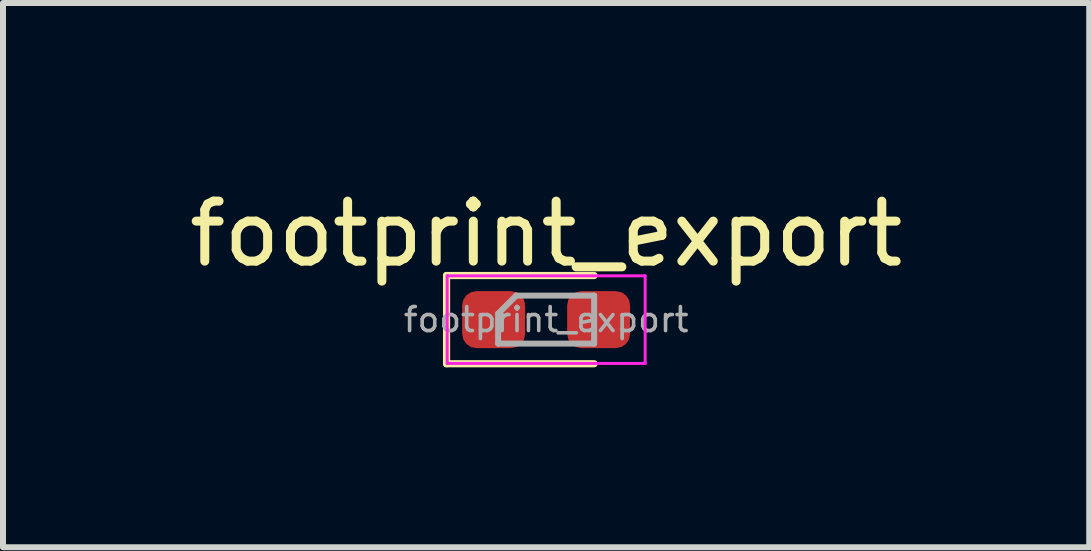
<source format=kicad_pcb>
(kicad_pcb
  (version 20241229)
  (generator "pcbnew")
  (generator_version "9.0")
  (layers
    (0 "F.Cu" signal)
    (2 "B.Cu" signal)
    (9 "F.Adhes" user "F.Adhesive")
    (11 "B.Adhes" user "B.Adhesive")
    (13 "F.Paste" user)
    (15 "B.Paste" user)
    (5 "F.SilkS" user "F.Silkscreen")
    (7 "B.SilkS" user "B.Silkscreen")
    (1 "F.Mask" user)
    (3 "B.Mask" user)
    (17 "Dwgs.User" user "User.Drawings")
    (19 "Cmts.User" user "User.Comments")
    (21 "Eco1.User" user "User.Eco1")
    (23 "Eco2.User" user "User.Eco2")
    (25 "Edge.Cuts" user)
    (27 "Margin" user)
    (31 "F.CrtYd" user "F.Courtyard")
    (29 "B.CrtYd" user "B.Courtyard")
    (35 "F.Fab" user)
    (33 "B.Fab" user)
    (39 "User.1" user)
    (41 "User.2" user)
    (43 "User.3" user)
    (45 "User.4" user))
  (footprint "footprint_export"
    (layer "F.Cu")
    (at 6.054 2.278)
    (property "Reference" "footprint_export" (at 0 -1.43 0) (layer "F.SilkS") (effects (font (size 1 1) (thickness 0.15))))
    (attr smd)
    (fp_line (start -1.66 -0.735) (end -1.66 0.735) (stroke (width 0.12) (type solid)) (layer "F.SilkS"))
    (fp_line (start -1.66 0.735) (end 0.8 0.735) (stroke (width 0.12) (type solid)) (layer "F.SilkS"))
    (fp_line (start 0.8 -0.735) (end -1.66 -0.735) (stroke (width 0.12) (type solid)) (layer "F.SilkS"))
    (fp_line (start -1.65 -0.73) (end 1.65 -0.73) (stroke (width 0.05) (type solid)) (layer "F.CrtYd"))
    (fp_line (start -1.65 0.73) (end -1.65 -0.73) (stroke (width 0.05) (type solid)) (layer "F.CrtYd"))
    (fp_line (start 1.65 -0.73) (end 1.65 0.73) (stroke (width 0.05) (type solid)) (layer "F.CrtYd"))
    (fp_line (start 1.65 0.73) (end -1.65 0.73) (stroke (width 0.05) (type solid)) (layer "F.CrtYd"))
    (fp_line (start -0.8 -0.1) (end -0.8 0.4) (stroke (width 0.1) (type solid)) (layer "F.Fab"))
    (fp_line (start -0.8 0.4) (end 0.8 0.4) (stroke (width 0.1) (type solid)) (layer "F.Fab"))
    (fp_line (start -0.5 -0.4) (end -0.8 -0.1) (stroke (width 0.1) (type solid)) (layer "F.Fab"))
    (fp_line (start 0.8 -0.4) (end -0.5 -0.4) (stroke (width 0.1) (type solid)) (layer "F.Fab"))
    (fp_line (start 0.8 0.4) (end 0.8 -0.4) (stroke (width 0.1) (type solid)) (layer "F.Fab"))
    (fp_text user "${REFERENCE}" (at 0 0 0) (layer "F.Fab") (effects (font (size 0.4 0.4) (thickness 0.06))))
    (pad "1" smd roundrect (at -0.875 0) (size 1.05 0.95) (layers "F.Cu" "F.Mask" "F.Paste") (roundrect_rratio 0.25))
    (pad "2" smd roundrect (at 0.875 0) (size 1.05 0.95) (layers "F.Cu" "F.Mask" "F.Paste") (roundrect_rratio 0.25)))
  (gr_rect
    (start -3 -3)
    (end 15.107 6.073)
    (stroke (width 0.1) (type default))
    (fill no)
    (layer "Edge.Cuts")))
</source>
